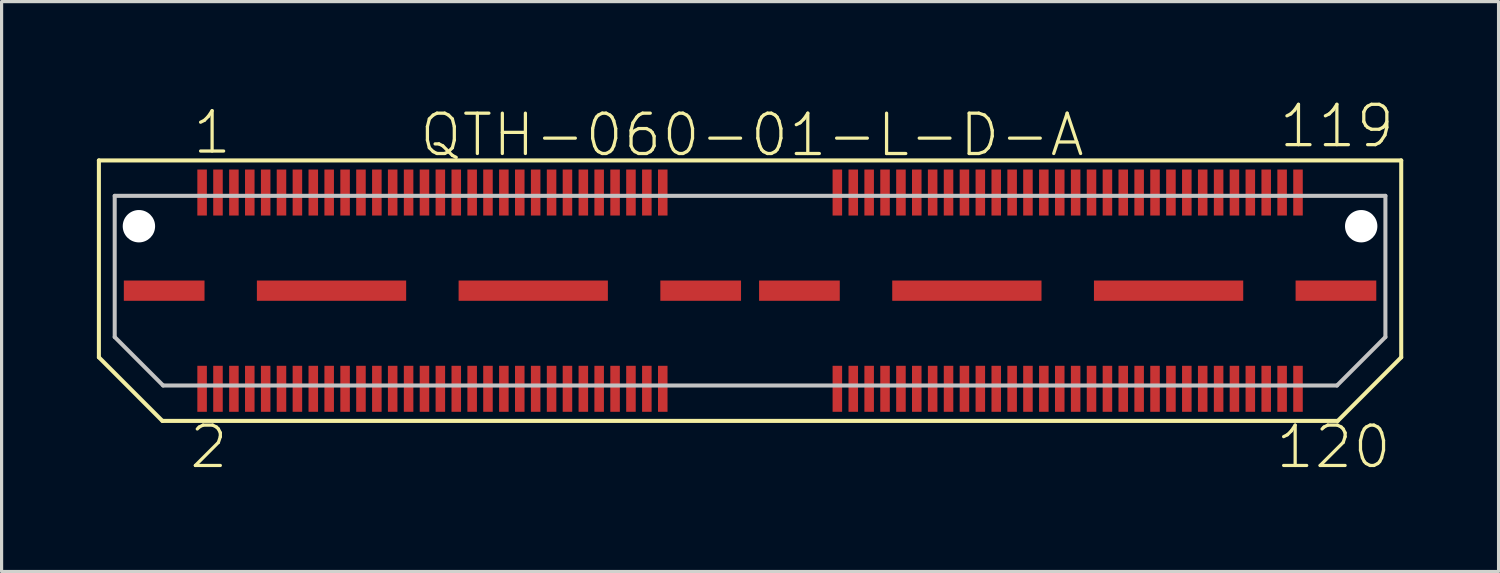
<source format=kicad_pcb>
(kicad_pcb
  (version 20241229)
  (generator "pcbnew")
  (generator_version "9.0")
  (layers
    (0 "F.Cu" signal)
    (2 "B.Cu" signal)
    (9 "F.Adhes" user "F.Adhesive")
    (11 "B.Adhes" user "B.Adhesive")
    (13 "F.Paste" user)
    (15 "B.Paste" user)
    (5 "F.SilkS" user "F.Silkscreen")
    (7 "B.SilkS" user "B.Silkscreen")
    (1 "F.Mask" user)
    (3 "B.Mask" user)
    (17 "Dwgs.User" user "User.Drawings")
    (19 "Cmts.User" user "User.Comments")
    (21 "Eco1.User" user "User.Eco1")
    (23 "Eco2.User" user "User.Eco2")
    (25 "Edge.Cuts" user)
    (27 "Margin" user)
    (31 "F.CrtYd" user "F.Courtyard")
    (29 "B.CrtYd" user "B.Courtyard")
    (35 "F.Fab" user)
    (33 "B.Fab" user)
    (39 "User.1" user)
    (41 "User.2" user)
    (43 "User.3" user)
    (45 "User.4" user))
  (footprint "QTH-060-01-L-D-A"
    (layer "F.Cu")
    (at 20.561 6.1)
    (property "Reference" "QTH-060-01-L-D-A" (at 0.064 -4.9 0) (layer "F.SilkS") (effects (font (size 1.27 1.27) (thickness 0.102))))
    (attr smd)
    (fp_line (start -20.498 -4.1) (end 20.498 -4.1) (stroke (width 0.127) (type solid)) (layer "F.SilkS"))
    (fp_line (start -20.498 2.098) (end -20.498 -4.1) (stroke (width 0.127) (type solid)) (layer "F.SilkS"))
    (fp_line (start -18.499 4.1) (end -20.498 2.098) (stroke (width 0.127) (type solid)) (layer "F.SilkS"))
    (fp_line (start 18.499 4.1) (end -18.499 4.1) (stroke (width 0.127) (type solid)) (layer "F.SilkS"))
    (fp_line (start 20.498 -4.1) (end 20.498 2.098) (stroke (width 0.127) (type solid)) (layer "F.SilkS"))
    (fp_line (start 20.498 2.098) (end 18.499 4.1) (stroke (width 0.127) (type solid)) (layer "F.SilkS"))
    (fp_line (start -20 -2.985) (end 20 -2.985) (stroke (width 0.127) (type solid)) (layer "Dwgs.User"))
    (fp_line (start -20 1.46) (end -20 -2.985) (stroke (width 0.127) (type solid)) (layer "Dwgs.User"))
    (fp_line (start -18.476 2.985) (end -20 1.46) (stroke (width 0.127) (type solid)) (layer "Dwgs.User"))
    (fp_line (start 18.476 2.985) (end -18.476 2.985) (stroke (width 0.127) (type solid)) (layer "Dwgs.User"))
    (fp_line (start 20 -2.985) (end 20 1.46) (stroke (width 0.127) (type solid)) (layer "Dwgs.User"))
    (fp_line (start 20 1.46) (end 18.476 2.985) (stroke (width 0.127) (type solid)) (layer "Dwgs.User"))
    (fp_text user "1" (at -16.934 -4.978 0) (layer "F.SilkS") (effects (font (size 1.27 1.27) (thickness 0.102))))
    (fp_text user "2" (at -17.038 4.92 0) (layer "F.SilkS") (effects (font (size 1.27 1.27) (thickness 0.102))))
    (fp_text user "119" (at 18.473 -5.179 0) (layer "F.SilkS") (effects (font (size 1.27 1.27) (thickness 0.102))))
    (fp_text user "120" (at 18.369 4.92 0) (layer "F.SilkS") (effects (font (size 1.27 1.27) (thickness 0.102))))
    (pad "" np_thru_hole circle (at -19.238 -2.029) (size 1.019 1.019) (drill 1.019) (layers "*.Cu" "*.Mask"))
    (pad "" np_thru_hole circle (at 19.238 -2.029) (size 1.019 1.019) (drill 1.019) (layers "*.Cu" "*.Mask"))
    (pad "1" smd rect (at -17.249 -3.089) (size 0.3 1.448) (layers "F.Cu" "F.Mask" "F.Paste"))
    (pad "2" smd rect (at -17.249 3.089) (size 0.3 1.448) (layers "F.Cu" "F.Mask" "F.Paste"))
    (pad "3" smd rect (at -16.749 -3.089) (size 0.3 1.448) (layers "F.Cu" "F.Mask" "F.Paste"))
    (pad "4" smd rect (at -16.749 3.089) (size 0.3 1.448) (layers "F.Cu" "F.Mask" "F.Paste"))
    (pad "5" smd rect (at -16.248 -3.089) (size 0.3 1.448) (layers "F.Cu" "F.Mask" "F.Paste"))
    (pad "6" smd rect (at -16.248 3.089) (size 0.3 1.448) (layers "F.Cu" "F.Mask" "F.Paste"))
    (pad "7" smd rect (at -15.748 -3.089) (size 0.3 1.448) (layers "F.Cu" "F.Mask" "F.Paste"))
    (pad "8" smd rect (at -15.748 3.089) (size 0.3 1.448) (layers "F.Cu" "F.Mask" "F.Paste"))
    (pad "9" smd rect (at -15.248 -3.089) (size 0.3 1.448) (layers "F.Cu" "F.Mask" "F.Paste"))
    (pad "10" smd rect (at -15.248 3.089) (size 0.3 1.448) (layers "F.Cu" "F.Mask" "F.Paste"))
    (pad "11" smd rect (at -14.75 -3.089) (size 0.3 1.448) (layers "F.Cu" "F.Mask" "F.Paste"))
    (pad "12" smd rect (at -14.75 3.089) (size 0.3 1.448) (layers "F.Cu" "F.Mask" "F.Paste"))
    (pad "13" smd rect (at -14.249 -3.089) (size 0.3 1.448) (layers "F.Cu" "F.Mask" "F.Paste"))
    (pad "14" smd rect (at -14.249 3.089) (size 0.3 1.448) (layers "F.Cu" "F.Mask" "F.Paste"))
    (pad "15" smd rect (at -13.749 -3.089) (size 0.3 1.448) (layers "F.Cu" "F.Mask" "F.Paste"))
    (pad "16" smd rect (at -13.749 3.089) (size 0.3 1.448) (layers "F.Cu" "F.Mask" "F.Paste"))
    (pad "17" smd rect (at -13.249 -3.089) (size 0.3 1.448) (layers "F.Cu" "F.Mask" "F.Paste"))
    (pad "18" smd rect (at -13.249 3.089) (size 0.3 1.448) (layers "F.Cu" "F.Mask" "F.Paste"))
    (pad "19" smd rect (at -12.748 -3.089) (size 0.3 1.448) (layers "F.Cu" "F.Mask" "F.Paste"))
    (pad "20" smd rect (at -12.748 3.089) (size 0.3 1.448) (layers "F.Cu" "F.Mask" "F.Paste"))
    (pad "21" smd rect (at -12.248 -3.089) (size 0.3 1.448) (layers "F.Cu" "F.Mask" "F.Paste"))
    (pad "22" smd rect (at -12.248 3.089) (size 0.3 1.448) (layers "F.Cu" "F.Mask" "F.Paste"))
    (pad "23" smd rect (at -11.748 -3.089) (size 0.3 1.448) (layers "F.Cu" "F.Mask" "F.Paste"))
    (pad "24" smd rect (at -11.748 3.089) (size 0.3 1.448) (layers "F.Cu" "F.Mask" "F.Paste"))
    (pad "25" smd rect (at -11.25 -3.089) (size 0.3 1.448) (layers "F.Cu" "F.Mask" "F.Paste"))
    (pad "26" smd rect (at -11.25 3.089) (size 0.3 1.448) (layers "F.Cu" "F.Mask" "F.Paste"))
    (pad "27" smd rect (at -10.749 -3.089) (size 0.3 1.448) (layers "F.Cu" "F.Mask" "F.Paste"))
    (pad "28" smd rect (at -10.749 3.089) (size 0.3 1.448) (layers "F.Cu" "F.Mask" "F.Paste"))
    (pad "29" smd rect (at -10.249 -3.089) (size 0.3 1.448) (layers "F.Cu" "F.Mask" "F.Paste"))
    (pad "30" smd rect (at -10.249 3.089) (size 0.3 1.448) (layers "F.Cu" "F.Mask" "F.Paste"))
    (pad "31" smd rect (at -9.749 -3.089) (size 0.3 1.448) (layers "F.Cu" "F.Mask" "F.Paste"))
    (pad "32" smd rect (at -9.749 3.089) (size 0.3 1.448) (layers "F.Cu" "F.Mask" "F.Paste"))
    (pad "33" smd rect (at -9.248 -3.089) (size 0.3 1.448) (layers "F.Cu" "F.Mask" "F.Paste"))
    (pad "34" smd rect (at -9.248 3.089) (size 0.3 1.448) (layers "F.Cu" "F.Mask" "F.Paste"))
    (pad "35" smd rect (at -8.748 -3.089) (size 0.3 1.448) (layers "F.Cu" "F.Mask" "F.Paste"))
    (pad "36" smd rect (at -8.748 3.089) (size 0.3 1.448) (layers "F.Cu" "F.Mask" "F.Paste"))
    (pad "37" smd rect (at -8.25 -3.089) (size 0.3 1.448) (layers "F.Cu" "F.Mask" "F.Paste"))
    (pad "38" smd rect (at -8.25 3.089) (size 0.3 1.448) (layers "F.Cu" "F.Mask" "F.Paste"))
    (pad "39" smd rect (at -7.75 -3.089) (size 0.3 1.448) (layers "F.Cu" "F.Mask" "F.Paste"))
    (pad "40" smd rect (at -7.75 3.089) (size 0.3 1.448) (layers "F.Cu" "F.Mask" "F.Paste"))
    (pad "41" smd rect (at -7.249 -3.089) (size 0.3 1.448) (layers "F.Cu" "F.Mask" "F.Paste"))
    (pad "42" smd rect (at -7.249 3.089) (size 0.3 1.448) (layers "F.Cu" "F.Mask" "F.Paste"))
    (pad "43" smd rect (at -6.749 -3.089) (size 0.3 1.448) (layers "F.Cu" "F.Mask" "F.Paste"))
    (pad "44" smd rect (at -6.749 3.089) (size 0.3 1.448) (layers "F.Cu" "F.Mask" "F.Paste"))
    (pad "45" smd rect (at -6.248 -3.089) (size 0.3 1.448) (layers "F.Cu" "F.Mask" "F.Paste"))
    (pad "46" smd rect (at -6.248 3.089) (size 0.3 1.448) (layers "F.Cu" "F.Mask" "F.Paste"))
    (pad "47" smd rect (at -5.748 -3.089) (size 0.3 1.448) (layers "F.Cu" "F.Mask" "F.Paste"))
    (pad "48" smd rect (at -5.748 3.089) (size 0.3 1.448) (layers "F.Cu" "F.Mask" "F.Paste"))
    (pad "49" smd rect (at -5.248 -3.089) (size 0.3 1.448) (layers "F.Cu" "F.Mask" "F.Paste"))
    (pad "50" smd rect (at -5.248 3.089) (size 0.3 1.448) (layers "F.Cu" "F.Mask" "F.Paste"))
    (pad "51" smd rect (at -4.75 -3.089) (size 0.3 1.448) (layers "F.Cu" "F.Mask" "F.Paste"))
    (pad "52" smd rect (at -4.75 3.089) (size 0.3 1.448) (layers "F.Cu" "F.Mask" "F.Paste"))
    (pad "53" smd rect (at -4.249 -3.089) (size 0.3 1.448) (layers "F.Cu" "F.Mask" "F.Paste"))
    (pad "54" smd rect (at -4.249 3.089) (size 0.3 1.448) (layers "F.Cu" "F.Mask" "F.Paste"))
    (pad "55" smd rect (at -3.749 -3.089) (size 0.3 1.448) (layers "F.Cu" "F.Mask" "F.Paste"))
    (pad "56" smd rect (at -3.749 3.089) (size 0.3 1.448) (layers "F.Cu" "F.Mask" "F.Paste"))
    (pad "57" smd rect (at -3.249 -3.089) (size 0.3 1.448) (layers "F.Cu" "F.Mask" "F.Paste"))
    (pad "58" smd rect (at -3.249 3.089) (size 0.3 1.448) (layers "F.Cu" "F.Mask" "F.Paste"))
    (pad "59" smd rect (at -2.748 -3.089) (size 0.3 1.448) (layers "F.Cu" "F.Mask" "F.Paste"))
    (pad "60" smd rect (at -2.748 3.089) (size 0.3 1.448) (layers "F.Cu" "F.Mask" "F.Paste"))
    (pad "61" smd rect (at 2.748 -3.089) (size 0.3 1.448) (layers "F.Cu" "F.Mask" "F.Paste"))
    (pad "62" smd rect (at 2.748 3.089) (size 0.3 1.448) (layers "F.Cu" "F.Mask" "F.Paste"))
    (pad "63" smd rect (at 3.249 -3.089) (size 0.3 1.448) (layers "F.Cu" "F.Mask" "F.Paste"))
    (pad "64" smd rect (at 3.249 3.089) (size 0.3 1.448) (layers "F.Cu" "F.Mask" "F.Paste"))
    (pad "65" smd rect (at 3.749 -3.089) (size 0.3 1.448) (layers "F.Cu" "F.Mask" "F.Paste"))
    (pad "66" smd rect (at 3.749 3.089) (size 0.3 1.448) (layers "F.Cu" "F.Mask" "F.Paste"))
    (pad "67" smd rect (at 4.249 -3.089) (size 0.3 1.448) (layers "F.Cu" "F.Mask" "F.Paste"))
    (pad "68" smd rect (at 4.249 3.089) (size 0.3 1.448) (layers "F.Cu" "F.Mask" "F.Paste"))
    (pad "69" smd rect (at 4.75 -3.089) (size 0.3 1.448) (layers "F.Cu" "F.Mask" "F.Paste"))
    (pad "70" smd rect (at 4.75 3.089) (size 0.3 1.448) (layers "F.Cu" "F.Mask" "F.Paste"))
    (pad "71" smd rect (at 5.248 -3.089) (size 0.3 1.448) (layers "F.Cu" "F.Mask" "F.Paste"))
    (pad "72" smd rect (at 5.248 3.089) (size 0.3 1.448) (layers "F.Cu" "F.Mask" "F.Paste"))
    (pad "73" smd rect (at 5.748 -3.089) (size 0.3 1.448) (layers "F.Cu" "F.Mask" "F.Paste"))
    (pad "74" smd rect (at 5.748 3.089) (size 0.3 1.448) (layers "F.Cu" "F.Mask" "F.Paste"))
    (pad "75" smd rect (at 6.248 -3.089) (size 0.3 1.448) (layers "F.Cu" "F.Mask" "F.Paste"))
    (pad "76" smd rect (at 6.248 3.089) (size 0.3 1.448) (layers "F.Cu" "F.Mask" "F.Paste"))
    (pad "77" smd rect (at 6.749 -3.089) (size 0.3 1.448) (layers "F.Cu" "F.Mask" "F.Paste"))
    (pad "78" smd rect (at 6.749 3.089) (size 0.3 1.448) (layers "F.Cu" "F.Mask" "F.Paste"))
    (pad "79" smd rect (at 7.249 -3.089) (size 0.3 1.448) (layers "F.Cu" "F.Mask" "F.Paste"))
    (pad "80" smd rect (at 7.249 3.089) (size 0.3 1.448) (layers "F.Cu" "F.Mask" "F.Paste"))
    (pad "81" smd rect (at 7.75 -3.089) (size 0.3 1.448) (layers "F.Cu" "F.Mask" "F.Paste"))
    (pad "82" smd rect (at 7.75 3.089) (size 0.3 1.448) (layers "F.Cu" "F.Mask" "F.Paste"))
    (pad "83" smd rect (at 8.25 -3.089) (size 0.3 1.448) (layers "F.Cu" "F.Mask" "F.Paste"))
    (pad "84" smd rect (at 8.25 3.089) (size 0.3 1.448) (layers "F.Cu" "F.Mask" "F.Paste"))
    (pad "85" smd rect (at 8.748 -3.089) (size 0.3 1.448) (layers "F.Cu" "F.Mask" "F.Paste"))
    (pad "86" smd rect (at 8.748 3.089) (size 0.3 1.448) (layers "F.Cu" "F.Mask" "F.Paste"))
    (pad "87" smd rect (at 9.248 -3.089) (size 0.3 1.448) (layers "F.Cu" "F.Mask" "F.Paste"))
    (pad "88" smd rect (at 9.248 3.089) (size 0.3 1.448) (layers "F.Cu" "F.Mask" "F.Paste"))
    (pad "89" smd rect (at 9.749 -3.089) (size 0.3 1.448) (layers "F.Cu" "F.Mask" "F.Paste"))
    (pad "90" smd rect (at 9.749 3.089) (size 0.3 1.448) (layers "F.Cu" "F.Mask" "F.Paste"))
    (pad "91" smd rect (at 10.249 -3.089) (size 0.3 1.448) (layers "F.Cu" "F.Mask" "F.Paste"))
    (pad "92" smd rect (at 10.249 3.089) (size 0.3 1.448) (layers "F.Cu" "F.Mask" "F.Paste"))
    (pad "93" smd rect (at 10.749 -3.089) (size 0.3 1.448) (layers "F.Cu" "F.Mask" "F.Paste"))
    (pad "94" smd rect (at 10.749 3.089) (size 0.3 1.448) (layers "F.Cu" "F.Mask" "F.Paste"))
    (pad "95" smd rect (at 11.25 -3.089) (size 0.3 1.448) (layers "F.Cu" "F.Mask" "F.Paste"))
    (pad "96" smd rect (at 11.25 3.089) (size 0.3 1.448) (layers "F.Cu" "F.Mask" "F.Paste"))
    (pad "97" smd rect (at 11.748 -3.089) (size 0.3 1.448) (layers "F.Cu" "F.Mask" "F.Paste"))
    (pad "98" smd rect (at 11.748 3.089) (size 0.3 1.448) (layers "F.Cu" "F.Mask" "F.Paste"))
    (pad "99" smd rect (at 12.248 -3.089) (size 0.3 1.448) (layers "F.Cu" "F.Mask" "F.Paste"))
    (pad "100" smd rect (at 12.248 3.089) (size 0.3 1.448) (layers "F.Cu" "F.Mask" "F.Paste"))
    (pad "101" smd rect (at 12.748 -3.089) (size 0.3 1.448) (layers "F.Cu" "F.Mask" "F.Paste"))
    (pad "102" smd rect (at 12.748 3.089) (size 0.3 1.448) (layers "F.Cu" "F.Mask" "F.Paste"))
    (pad "103" smd rect (at 13.249 -3.089) (size 0.3 1.448) (layers "F.Cu" "F.Mask" "F.Paste"))
    (pad "104" smd rect (at 13.249 3.089) (size 0.3 1.448) (layers "F.Cu" "F.Mask" "F.Paste"))
    (pad "105" smd rect (at 13.749 -3.089) (size 0.3 1.448) (layers "F.Cu" "F.Mask" "F.Paste"))
    (pad "106" smd rect (at 13.749 3.089) (size 0.3 1.448) (layers "F.Cu" "F.Mask" "F.Paste"))
    (pad "107" smd rect (at 14.249 -3.089) (size 0.3 1.448) (layers "F.Cu" "F.Mask" "F.Paste"))
    (pad "108" smd rect (at 14.249 3.089) (size 0.3 1.448) (layers "F.Cu" "F.Mask" "F.Paste"))
    (pad "109" smd rect (at 14.75 -3.089) (size 0.3 1.448) (layers "F.Cu" "F.Mask" "F.Paste"))
    (pad "110" smd rect (at 14.75 3.089) (size 0.3 1.448) (layers "F.Cu" "F.Mask" "F.Paste"))
    (pad "111" smd rect (at 15.248 -3.089) (size 0.3 1.448) (layers "F.Cu" "F.Mask" "F.Paste"))
    (pad "112" smd rect (at 15.248 3.089) (size 0.3 1.448) (layers "F.Cu" "F.Mask" "F.Paste"))
    (pad "113" smd rect (at 15.748 -3.089) (size 0.3 1.448) (layers "F.Cu" "F.Mask" "F.Paste"))
    (pad "114" smd rect (at 15.748 3.089) (size 0.3 1.448) (layers "F.Cu" "F.Mask" "F.Paste"))
    (pad "115" smd rect (at 16.248 -3.089) (size 0.3 1.448) (layers "F.Cu" "F.Mask" "F.Paste"))
    (pad "116" smd rect (at 16.248 3.089) (size 0.3 1.448) (layers "F.Cu" "F.Mask" "F.Paste"))
    (pad "117" smd rect (at 16.749 -3.089) (size 0.3 1.448) (layers "F.Cu" "F.Mask" "F.Paste"))
    (pad "118" smd rect (at 16.749 3.089) (size 0.3 1.448) (layers "F.Cu" "F.Mask" "F.Paste"))
    (pad "119" smd rect (at 17.249 -3.089) (size 0.3 1.448) (layers "F.Cu" "F.Mask" "F.Paste"))
    (pad "120" smd rect (at 17.249 3.089) (size 0.3 1.448) (layers "F.Cu" "F.Mask" "F.Paste"))
    (pad "G1" smd rect (at -18.443 0) (size 2.54 0.638) (layers "F.Cu" "F.Mask" "F.Paste"))
    (pad "G2" smd rect (at -13.175 0) (size 4.699 0.638) (layers "F.Cu" "F.Mask" "F.Paste"))
    (pad "G3" smd rect (at -6.825 0) (size 4.699 0.638) (layers "F.Cu" "F.Mask" "F.Paste"))
    (pad "G4" smd rect (at -1.554 0) (size 2.54 0.638) (layers "F.Cu" "F.Mask" "F.Paste"))
    (pad "G5" smd rect (at 1.554 0) (size 2.54 0.638) (layers "F.Cu" "F.Mask" "F.Paste"))
    (pad "G6" smd rect (at 6.825 0) (size 4.699 0.638) (layers "F.Cu" "F.Mask" "F.Paste"))
    (pad "G7" smd rect (at 13.175 0) (size 4.699 0.638) (layers "F.Cu" "F.Mask" "F.Paste"))
    (pad "G8" smd rect (at 18.443 0) (size 2.54 0.638) (layers "F.Cu" "F.Mask" "F.Paste")))
  (gr_rect
    (start -3 -3)
    (end 44.123 14.942)
    (stroke (width 0.1) (type default))
    (fill no)
    (layer "Edge.Cuts")))
</source>
